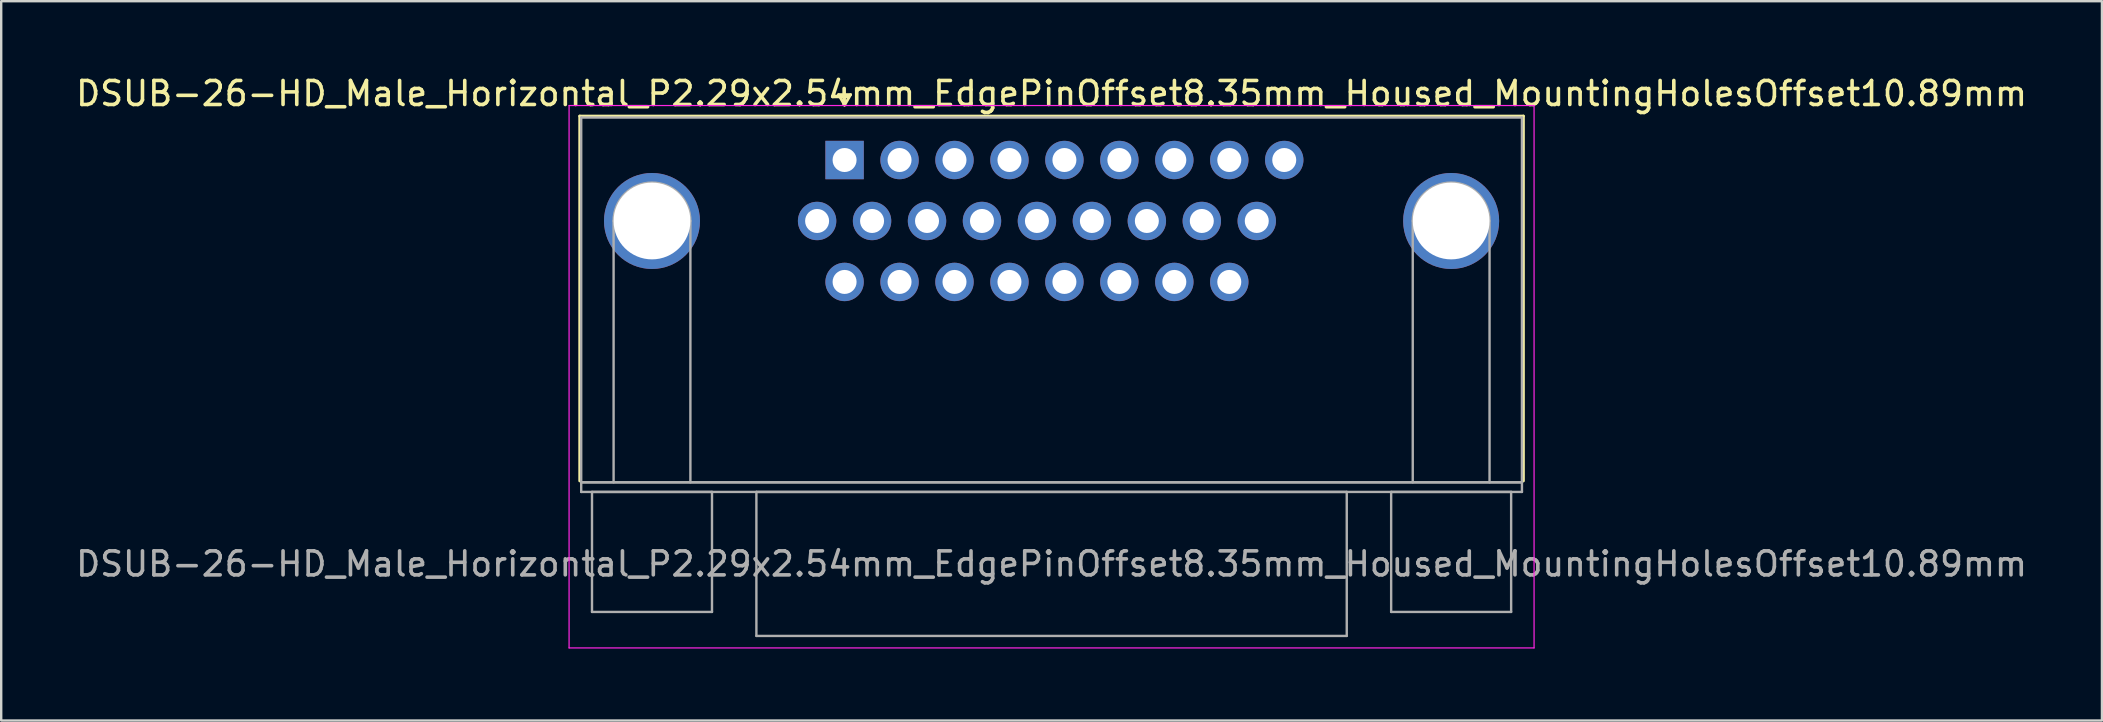
<source format=kicad_pcb>
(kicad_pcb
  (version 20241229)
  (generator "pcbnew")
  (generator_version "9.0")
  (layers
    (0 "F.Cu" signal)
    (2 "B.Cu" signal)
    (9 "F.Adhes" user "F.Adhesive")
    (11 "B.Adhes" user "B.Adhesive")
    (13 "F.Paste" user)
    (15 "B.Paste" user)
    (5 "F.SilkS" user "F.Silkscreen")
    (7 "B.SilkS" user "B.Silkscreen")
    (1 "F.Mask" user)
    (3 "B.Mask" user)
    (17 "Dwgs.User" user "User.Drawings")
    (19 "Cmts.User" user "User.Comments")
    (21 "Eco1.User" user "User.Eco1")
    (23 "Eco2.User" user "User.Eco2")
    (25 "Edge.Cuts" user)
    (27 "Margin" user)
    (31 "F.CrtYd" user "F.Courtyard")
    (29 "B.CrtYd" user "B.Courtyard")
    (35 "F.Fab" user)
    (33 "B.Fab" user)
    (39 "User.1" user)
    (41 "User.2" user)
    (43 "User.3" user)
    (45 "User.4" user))
  (footprint "DSUB-26-HD_Male_Horizontal_P2.29x2.54mm_EdgePinOffset8.35mm_Housed_MountingHolesOffset10.89mm"
    (layer "F.Cu")
    (at 32.143 3.618)
    (property "Reference" "DSUB-26-HD_Male_Horizontal_P2.29x2.54mm_EdgePinOffset8.35mm_Housed_MountingHolesOffset10.89mm" (at 8.625 -2.77 0) (layer "F.SilkS") (effects (font (size 1 1) (thickness 0.15))))
    (attr through_hole)
    (fp_line (start -11.035 -1.83) (end 28.285 -1.83) (stroke (width 0.12) (type solid)) (layer "F.SilkS"))
    (fp_line (start -11.035 13.37) (end -11.035 -1.83) (stroke (width 0.12) (type solid)) (layer "F.SilkS"))
    (fp_line (start -0.25 -2.724) (end 0.25 -2.724) (stroke (width 0.12) (type solid)) (layer "F.SilkS"))
    (fp_line (start 0 -2.291) (end -0.25 -2.724) (stroke (width 0.12) (type solid)) (layer "F.SilkS"))
    (fp_line (start 0.25 -2.724) (end 0 -2.291) (stroke (width 0.12) (type solid)) (layer "F.SilkS"))
    (fp_line (start 28.285 -1.83) (end 28.285 13.37) (stroke (width 0.12) (type solid)) (layer "F.SilkS"))
    (fp_line (start -11.48 -2.27) (end -11.48 20.33) (stroke (width 0.05) (type solid)) (layer "F.CrtYd"))
    (fp_line (start -11.48 20.33) (end 28.73 20.33) (stroke (width 0.05) (type solid)) (layer "F.CrtYd"))
    (fp_line (start 28.73 -2.27) (end -11.48 -2.27) (stroke (width 0.05) (type solid)) (layer "F.CrtYd"))
    (fp_line (start 28.73 20.33) (end 28.73 -2.27) (stroke (width 0.05) (type solid)) (layer "F.CrtYd"))
    (fp_line (start -10.975 -1.77) (end -10.975 13.43) (stroke (width 0.1) (type solid)) (layer "F.Fab"))
    (fp_line (start -10.975 13.43) (end -10.975 13.83) (stroke (width 0.1) (type solid)) (layer "F.Fab"))
    (fp_line (start -10.975 13.43) (end 28.225 13.43) (stroke (width 0.1) (type solid)) (layer "F.Fab"))
    (fp_line (start -10.975 13.83) (end 28.225 13.83) (stroke (width 0.1) (type solid)) (layer "F.Fab"))
    (fp_line (start -10.525 13.83) (end -10.525 18.83) (stroke (width 0.1) (type solid)) (layer "F.Fab"))
    (fp_line (start -10.525 18.83) (end -5.525 18.83) (stroke (width 0.1) (type solid)) (layer "F.Fab"))
    (fp_line (start -9.625 13.43) (end -9.625 2.54) (stroke (width 0.1) (type solid)) (layer "F.Fab"))
    (fp_line (start -6.425 13.43) (end -6.425 2.54) (stroke (width 0.1) (type solid)) (layer "F.Fab"))
    (fp_line (start -5.525 13.83) (end -10.525 13.83) (stroke (width 0.1) (type solid)) (layer "F.Fab"))
    (fp_line (start -5.525 18.83) (end -5.525 13.83) (stroke (width 0.1) (type solid)) (layer "F.Fab"))
    (fp_line (start -3.675 13.83) (end -3.675 19.83) (stroke (width 0.1) (type solid)) (layer "F.Fab"))
    (fp_line (start -3.675 19.83) (end 20.925 19.83) (stroke (width 0.1) (type solid)) (layer "F.Fab"))
    (fp_line (start 20.925 13.83) (end -3.675 13.83) (stroke (width 0.1) (type solid)) (layer "F.Fab"))
    (fp_line (start 20.925 19.83) (end 20.925 13.83) (stroke (width 0.1) (type solid)) (layer "F.Fab"))
    (fp_line (start 22.775 13.83) (end 22.775 18.83) (stroke (width 0.1) (type solid)) (layer "F.Fab"))
    (fp_line (start 22.775 18.83) (end 27.775 18.83) (stroke (width 0.1) (type solid)) (layer "F.Fab"))
    (fp_line (start 23.675 13.43) (end 23.675 2.54) (stroke (width 0.1) (type solid)) (layer "F.Fab"))
    (fp_line (start 26.875 13.43) (end 26.875 2.54) (stroke (width 0.1) (type solid)) (layer "F.Fab"))
    (fp_line (start 27.775 13.83) (end 22.775 13.83) (stroke (width 0.1) (type solid)) (layer "F.Fab"))
    (fp_line (start 27.775 18.83) (end 27.775 13.83) (stroke (width 0.1) (type solid)) (layer "F.Fab"))
    (fp_line (start 28.225 -1.77) (end -10.975 -1.77) (stroke (width 0.1) (type solid)) (layer "F.Fab"))
    (fp_line (start 28.225 13.43) (end -10.975 13.43) (stroke (width 0.1) (type solid)) (layer "F.Fab"))
    (fp_line (start 28.225 13.43) (end 28.225 -1.77) (stroke (width 0.1) (type solid)) (layer "F.Fab"))
    (fp_line (start 28.225 13.83) (end 28.225 13.43) (stroke (width 0.1) (type solid)) (layer "F.Fab"))
    (fp_arc (start -9.625 2.54) (mid -8.025 0.94) (end -6.425 2.54) (stroke (width 0.1) (type solid)) (layer "F.Fab"))
    (fp_arc (start 23.675 2.54) (mid 25.275 0.94) (end 26.875 2.54) (stroke (width 0.1) (type solid)) (layer "F.Fab"))
    (fp_text user "${REFERENCE}" (at 8.625 16.83 0) (layer "F.Fab") (effects (font (size 1 1) (thickness 0.15))))
    (pad "0" thru_hole circle (at -8.025 2.54) (size 4 4) (drill 3.2) (layers "*.Cu" "*.Mask"))
    (pad "0" thru_hole circle (at 25.275 2.54) (size 4 4) (drill 3.2) (layers "*.Cu" "*.Mask"))
    (pad "1" thru_hole rect (at 0 0) (size 1.6 1.6) (drill 1) (layers "*.Cu" "*.Mask"))
    (pad "2" thru_hole circle (at 2.29 0) (size 1.6 1.6) (drill 1) (layers "*.Cu" "*.Mask"))
    (pad "3" thru_hole circle (at 4.58 0) (size 1.6 1.6) (drill 1) (layers "*.Cu" "*.Mask"))
    (pad "4" thru_hole circle (at 6.87 0) (size 1.6 1.6) (drill 1) (layers "*.Cu" "*.Mask"))
    (pad "5" thru_hole circle (at 9.16 0) (size 1.6 1.6) (drill 1) (layers "*.Cu" "*.Mask"))
    (pad "6" thru_hole circle (at 11.45 0) (size 1.6 1.6) (drill 1) (layers "*.Cu" "*.Mask"))
    (pad "7" thru_hole circle (at 13.74 0) (size 1.6 1.6) (drill 1) (layers "*.Cu" "*.Mask"))
    (pad "8" thru_hole circle (at 16.03 0) (size 1.6 1.6) (drill 1) (layers "*.Cu" "*.Mask"))
    (pad "9" thru_hole circle (at 18.32 0) (size 1.6 1.6) (drill 1) (layers "*.Cu" "*.Mask"))
    (pad "10" thru_hole circle (at -1.145 2.54) (size 1.6 1.6) (drill 1) (layers "*.Cu" "*.Mask"))
    (pad "11" thru_hole circle (at 1.145 2.54) (size 1.6 1.6) (drill 1) (layers "*.Cu" "*.Mask"))
    (pad "12" thru_hole circle (at 3.435 2.54) (size 1.6 1.6) (drill 1) (layers "*.Cu" "*.Mask"))
    (pad "13" thru_hole circle (at 5.725 2.54) (size 1.6 1.6) (drill 1) (layers "*.Cu" "*.Mask"))
    (pad "14" thru_hole circle (at 8.015 2.54) (size 1.6 1.6) (drill 1) (layers "*.Cu" "*.Mask"))
    (pad "15" thru_hole circle (at 10.305 2.54) (size 1.6 1.6) (drill 1) (layers "*.Cu" "*.Mask"))
    (pad "16" thru_hole circle (at 12.595 2.54) (size 1.6 1.6) (drill 1) (layers "*.Cu" "*.Mask"))
    (pad "17" thru_hole circle (at 14.885 2.54) (size 1.6 1.6) (drill 1) (layers "*.Cu" "*.Mask"))
    (pad "18" thru_hole circle (at 17.175 2.54) (size 1.6 1.6) (drill 1) (layers "*.Cu" "*.Mask"))
    (pad "19" thru_hole circle (at 0 5.08) (size 1.6 1.6) (drill 1) (layers "*.Cu" "*.Mask"))
    (pad "20" thru_hole circle (at 2.29 5.08) (size 1.6 1.6) (drill 1) (layers "*.Cu" "*.Mask"))
    (pad "21" thru_hole circle (at 4.58 5.08) (size 1.6 1.6) (drill 1) (layers "*.Cu" "*.Mask"))
    (pad "22" thru_hole circle (at 6.87 5.08) (size 1.6 1.6) (drill 1) (layers "*.Cu" "*.Mask"))
    (pad "23" thru_hole circle (at 9.16 5.08) (size 1.6 1.6) (drill 1) (layers "*.Cu" "*.Mask"))
    (pad "24" thru_hole circle (at 11.45 5.08) (size 1.6 1.6) (drill 1) (layers "*.Cu" "*.Mask"))
    (pad "25" thru_hole circle (at 13.74 5.08) (size 1.6 1.6) (drill 1) (layers "*.Cu" "*.Mask"))
    (pad "26" thru_hole circle (at 16.03 5.08) (size 1.6 1.6) (drill 1) (layers "*.Cu" "*.Mask")))
  (gr_rect
    (start -3 -3)
    (end 84.536 26.973)
    (stroke (width 0.1) (type default))
    (fill no)
    (layer "Edge.Cuts")))
</source>
